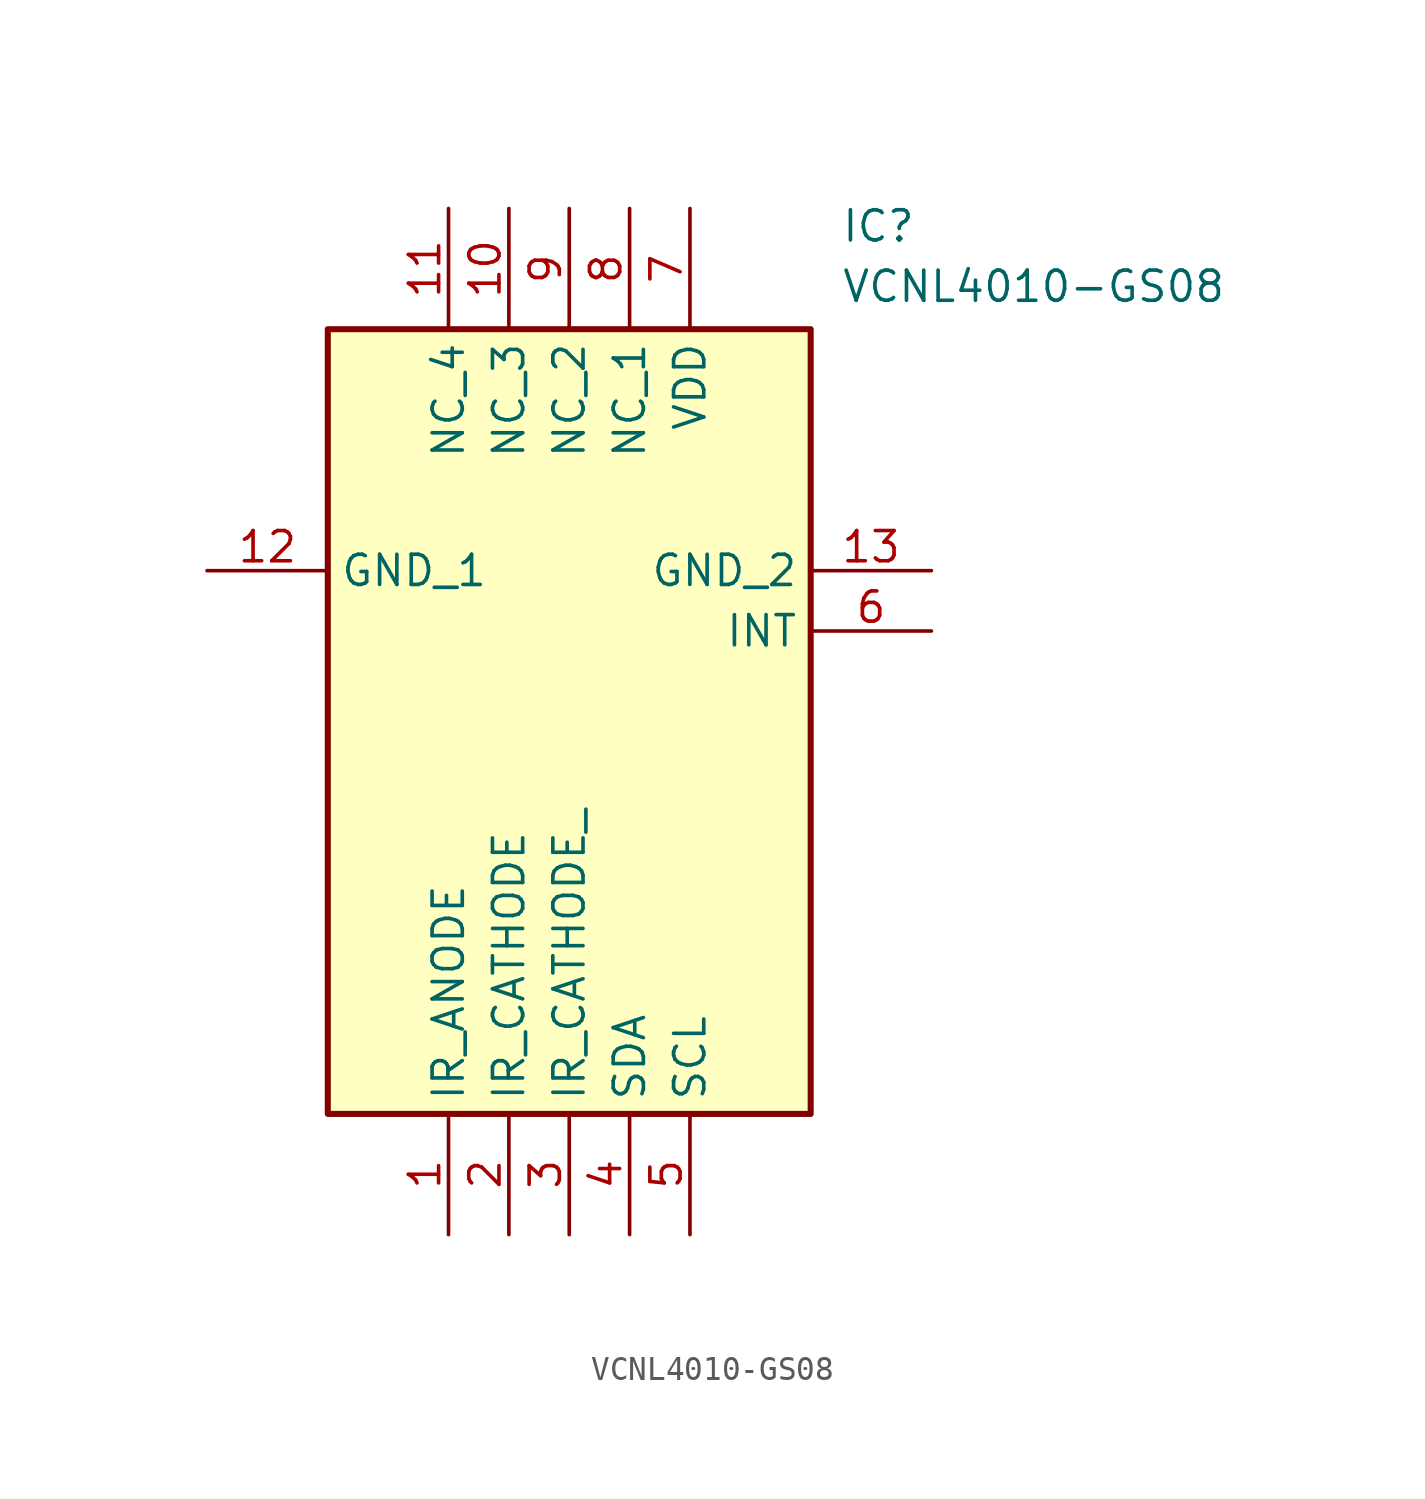
<source format=kicad_sym>
(kicad_symbol_lib
  (version 20211014)
  (generator SamacSys_ECAD_Model)
  (symbol "VCNL4010-GS08"
    (property "Reference" "IC"
      (at 26.67 15.24 0)
      (effects (font (size 1.27 1.27)) (justify left top)))
    (property "Value" "VCNL4010-GS08"
      (at 26.67 12.7 0)
      (effects (font (size 1.27 1.27)) (justify left top)))
    (rectangle
      (start 5.08 10.16)
      (end 25.4 -22.86)
      (stroke (width 0.254) (type default))
      (fill (type background)))
    (pin passive line
      (at 10.16 -27.94 90)
      (length 5.08)
      (name "IR_ANODE" (effects (font (size 1.27 1.27))))
      (number "1" (effects (font (size 1.27 1.27)))))
    (pin passive line
      (at 12.7 -27.94 90)
      (length 5.08)
      (name "IR_CATHODE" (effects (font (size 1.27 1.27))))
      (number "2" (effects (font (size 1.27 1.27)))))
    (pin passive line
      (at 15.24 -27.94 90)
      (length 5.08)
      (name "IR_CATHODE_" (effects (font (size 1.27 1.27))))
      (number "3" (effects (font (size 1.27 1.27)))))
    (pin passive line
      (at 17.78 -27.94 90)
      (length 5.08)
      (name "SDA" (effects (font (size 1.27 1.27))))
      (number "4" (effects (font (size 1.27 1.27)))))
    (pin passive line
      (at 20.32 -27.94 90)
      (length 5.08)
      (name "SCL" (effects (font (size 1.27 1.27))))
      (number "5" (effects (font (size 1.27 1.27)))))
    (pin passive line
      (at 30.48 -2.54 180)
      (length 5.08)
      (name "INT" (effects (font (size 1.27 1.27))))
      (number "6" (effects (font (size 1.27 1.27)))))
    (pin passive line
      (at 20.32 15.24 270)
      (length 5.08)
      (name "VDD" (effects (font (size 1.27 1.27))))
      (number "7" (effects (font (size 1.27 1.27)))))
    (pin passive line
      (at 17.78 15.24 270)
      (length 5.08)
      (name "NC_1" (effects (font (size 1.27 1.27))))
      (number "8" (effects (font (size 1.27 1.27)))))
    (pin passive line
      (at 15.24 15.24 270)
      (length 5.08)
      (name "NC_2" (effects (font (size 1.27 1.27))))
      (number "9" (effects (font (size 1.27 1.27)))))
    (pin passive line
      (at 12.7 15.24 270)
      (length 5.08)
      (name "NC_3" (effects (font (size 1.27 1.27))))
      (number "10" (effects (font (size 1.27 1.27)))))
    (pin passive line
      (at 10.16 15.24 270)
      (length 5.08)
      (name "NC_4" (effects (font (size 1.27 1.27))))
      (number "11" (effects (font (size 1.27 1.27)))))
    (pin passive line
      (at 0 0 0)
      (length 5.08)
      (name "GND_1" (effects (font (size 1.27 1.27))))
      (number "12" (effects (font (size 1.27 1.27)))))
    (pin passive line
      (at 30.48 0 180)
      (length 5.08)
      (name "GND_2" (effects (font (size 1.27 1.27))))
      (number "13" (effects (font (size 1.27 1.27)))))))
</source>
